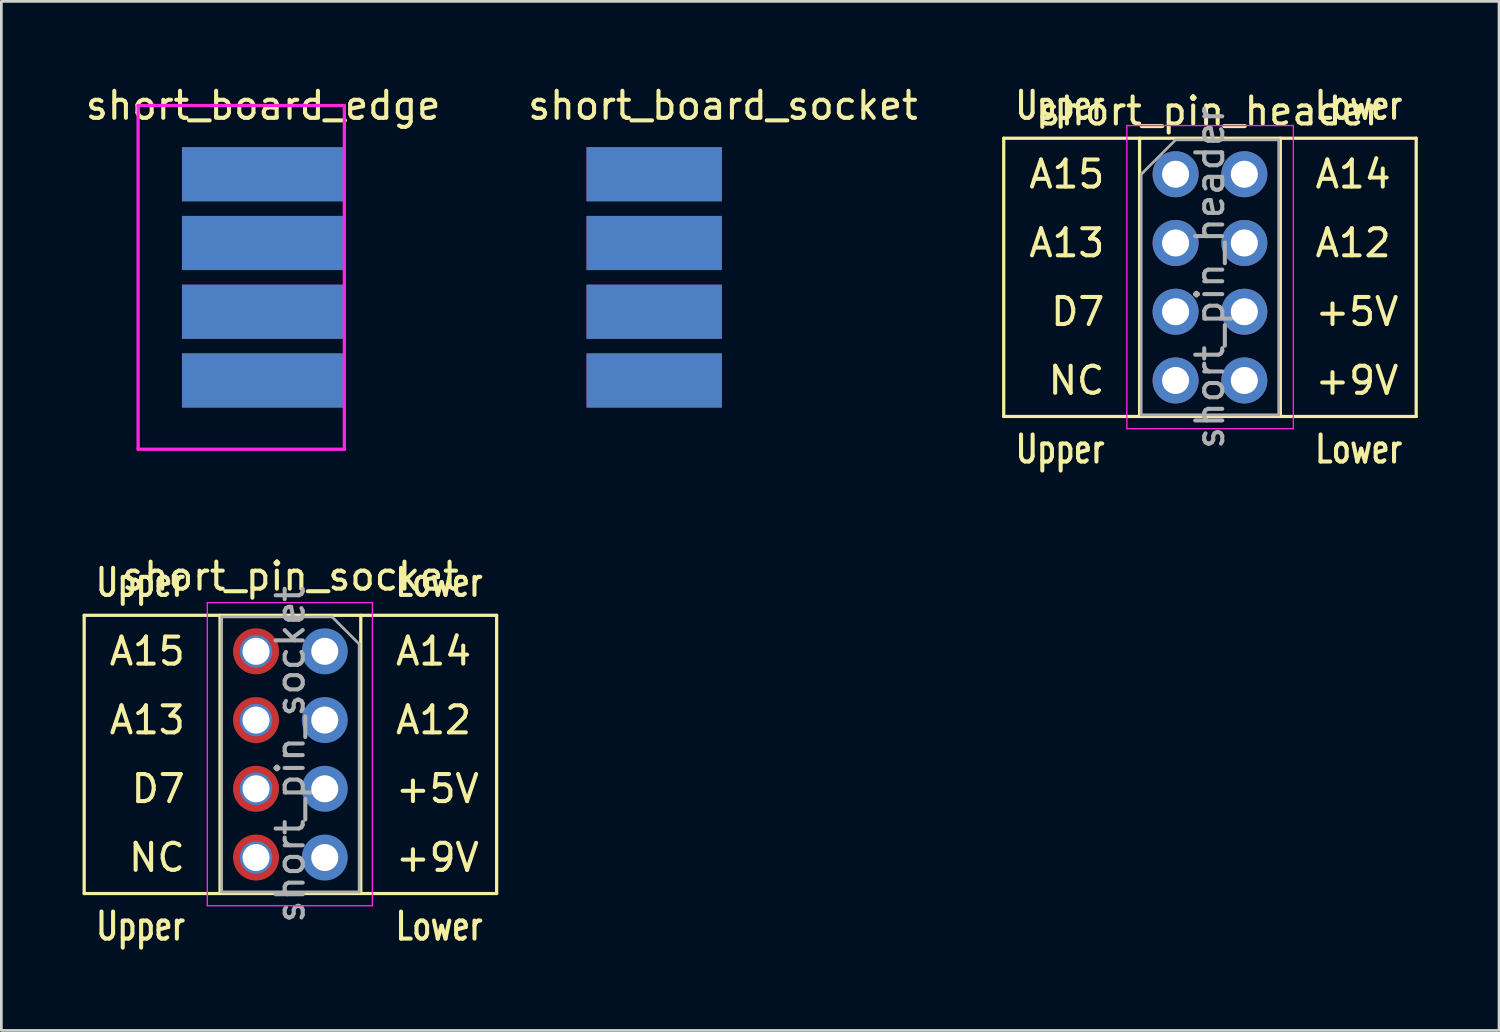
<source format=kicad_pcb>
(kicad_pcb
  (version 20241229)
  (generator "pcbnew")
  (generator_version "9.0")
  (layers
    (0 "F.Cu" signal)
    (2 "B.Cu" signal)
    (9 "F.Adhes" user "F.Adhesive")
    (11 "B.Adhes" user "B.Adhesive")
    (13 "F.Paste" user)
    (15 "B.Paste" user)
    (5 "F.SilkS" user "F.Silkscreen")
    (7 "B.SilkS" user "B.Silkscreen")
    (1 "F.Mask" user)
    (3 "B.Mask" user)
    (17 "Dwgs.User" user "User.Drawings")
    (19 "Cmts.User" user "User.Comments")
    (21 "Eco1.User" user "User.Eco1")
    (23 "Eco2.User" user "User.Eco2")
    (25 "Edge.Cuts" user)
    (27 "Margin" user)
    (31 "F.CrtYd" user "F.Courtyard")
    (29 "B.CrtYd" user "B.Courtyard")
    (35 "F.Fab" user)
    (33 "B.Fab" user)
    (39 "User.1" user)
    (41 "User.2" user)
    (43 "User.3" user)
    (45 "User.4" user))
  (footprint "short_board_socket"
    (layer "F.Cu")
    (at 21.121 3.388)
    (property "Reference" "short_board_socket" (at 2.54 -2.54 0) (layer "F.SilkS") (effects (font (size 1 1) (thickness 0.15))))
    (attr through_hole)
    (pad "a1" connect rect (at 0 0) (size 5 2) (layers "F.Cu" "F.Mask"))
    (pad "a2" connect rect (at 0 2.54) (size 5 2) (layers "F.Cu" "F.Mask"))
    (pad "a3" connect rect (at 0 5.08) (size 5 2) (layers "F.Cu" "F.Mask"))
    (pad "a4" connect rect (at 0 7.62) (size 5 2) (layers "F.Cu" "F.Mask"))
    (pad "b1" connect rect (at 0 0) (size 5 2) (layers "B.Cu" "B.Mask"))
    (pad "b2" connect rect (at 0 2.54) (size 5 2) (layers "B.Cu" "B.Mask"))
    (pad "b3" connect rect (at 0 5.08) (size 5 2) (layers "B.Cu" "B.Mask"))
    (pad "b4" connect rect (at 0 7.62) (size 5 2) (layers "B.Cu" "B.Mask")))
  (footprint "short_pin_socket"
    (layer "F.Cu")
    (at 6.41 21.015)
    (property "Reference" "short_pin_socket" (at 1.27 -2.77 0) (layer "F.SilkS") (effects (font (size 1 1) (thickness 0.15))))
    (attr through_hole)
    (fp_line (start -6.35 -1.33) (end -6.35 8.95) (stroke (width 0.12) (type solid)) (layer "F.SilkS"))
    (fp_line (start -6.35 8.95) (end 8.89 8.95) (stroke (width 0.12) (type solid)) (layer "F.SilkS"))
    (fp_line (start -1.33 -1.33) (end -1.33 8.95) (stroke (width 0.12) (type solid)) (layer "F.SilkS"))
    (fp_line (start 3.87 -1.33) (end 3.87 8.95) (stroke (width 0.12) (type solid)) (layer "F.SilkS"))
    (fp_line (start 8.89 -1.33) (end -6.35 -1.33) (stroke (width 0.12) (type solid)) (layer "F.SilkS"))
    (fp_line (start 8.89 -1.33) (end 8.89 8.95) (stroke (width 0.12) (type solid)) (layer "F.SilkS"))
    (fp_line (start -1.8 -1.8) (end 4.3 -1.8) (stroke (width 0.05) (type solid)) (layer "F.CrtYd"))
    (fp_line (start -1.8 9.4) (end -1.8 -1.8) (stroke (width 0.05) (type solid)) (layer "F.CrtYd"))
    (fp_line (start 4.3 9.4) (end -1.8 9.4) (stroke (width 0.05) (type solid)) (layer "F.CrtYd"))
    (fp_line (start 4.3 9.4) (end 4.3 -1.8) (stroke (width 0.05) (type solid)) (layer "F.CrtYd"))
    (fp_line (start -1.27 -1.27) (end 2.81 -1.27) (stroke (width 0.1) (type solid)) (layer "F.Fab"))
    (fp_line (start -1.27 8.89) (end -1.27 -1.27) (stroke (width 0.1) (type solid)) (layer "F.Fab"))
    (fp_line (start 2.81 -1.27) (end 3.81 -0.27) (stroke (width 0.1) (type solid)) (layer "F.Fab"))
    (fp_line (start 3.81 -0.27) (end 3.81 8.89) (stroke (width 0.1) (type solid)) (layer "F.Fab"))
    (fp_line (start 3.81 8.89) (end -1.27 8.89) (stroke (width 0.1) (type solid)) (layer "F.Fab"))
    (fp_text user "Lower" (at 5.08 -2.54 0) (layer "F.SilkS") (effects (font (size 1 0.75) (thickness 0.15)) (justify left)))
    (fp_text user "+5V" (at 5.08 5.08 0) (layer "F.SilkS") (effects (font (size 1 1) (thickness 0.15)) (justify left)))
    (fp_text user "+9V" (at 5.08 7.62 0) (layer "F.SilkS") (effects (font (size 1 1) (thickness 0.15)) (justify left)))
    (fp_text user "A12" (at 5.08 2.54 0) (layer "F.SilkS") (effects (font (size 1 1) (thickness 0.15)) (justify left)))
    (fp_text user "NC" (at -2.54 7.62 0) (layer "F.SilkS") (effects (font (size 1 1) (thickness 0.15)) (justify right)))
    (fp_text user "A13" (at -2.54 2.54 0) (layer "F.SilkS") (effects (font (size 1 1) (thickness 0.15)) (justify right)))
    (fp_text user "D7" (at -2.54 5.08 0) (layer "F.SilkS") (effects (font (size 1 1) (thickness 0.15)) (justify right)))
    (fp_text user "Upper" (at -2.54 10.16 0) (layer "F.SilkS") (effects (font (size 1 0.75) (thickness 0.15)) (justify right)))
    (fp_text user "A14" (at 5.08 0 0) (layer "F.SilkS") (effects (font (size 1 1) (thickness 0.15)) (justify left)))
    (fp_text user "A15" (at -2.54 0 0) (layer "F.SilkS") (effects (font (size 1 1) (thickness 0.15)) (justify right)))
    (fp_text user "Upper" (at -2.54 -2.54 0) (layer "F.SilkS") (effects (font (size 1 0.75) (thickness 0.15)) (justify right)))
    (fp_text user "Lower" (at 5.08 10.16 0) (layer "F.SilkS") (effects (font (size 1 0.75) (thickness 0.15)) (justify left)))
    (fp_text user "${REFERENCE}" (at 1.27 3.81 90) (layer "F.Fab") (effects (font (size 1 1) (thickness 0.15))))
    (pad "a1" thru_hole oval (at 0 0) (size 1.2 1.2) (drill 1) (layers "*.Cu" "*.Mask"))
    (pad "a1" smd oval (at 0 0) (size 1.7 1.7) (layers "F.Cu" "F.Mask"))
    (pad "a2" thru_hole oval (at 0 2.54) (size 1.2 1.2) (drill 1) (layers "*.Cu" "*.Mask"))
    (pad "a2" smd oval (at 0 2.54) (size 1.7 1.7) (layers "F.Cu" "F.Mask"))
    (pad "a3" thru_hole oval (at 0 5.08) (size 1.2 1.2) (drill 1) (layers "*.Cu" "*.Mask"))
    (pad "a3" smd oval (at 0 5.08) (size 1.7 1.7) (layers "F.Cu" "F.Mask"))
    (pad "a4" thru_hole oval (at 0 7.62) (size 1.2 1.2) (drill 1) (layers "*.Cu" "*.Mask"))
    (pad "a4" smd oval (at 0 7.62) (size 1.7 1.7) (layers "F.Cu" "F.Mask"))
    (pad "b1" thru_hole oval (at 2.54 0 90) (size 1.2 1.2) (drill 1) (layers "*.Cu" "*.Mask"))
    (pad "b1" smd oval (at 2.54 0 90) (size 1.7 1.7) (layers "B.Cu" "B.Mask"))
    (pad "b2" thru_hole oval (at 2.54 2.54) (size 1.2 1.2) (drill 1) (layers "*.Cu" "*.Mask"))
    (pad "b2" smd oval (at 2.54 2.54) (size 1.7 1.7) (layers "B.Cu" "B.Mask"))
    (pad "b3" thru_hole oval (at 2.54 5.08) (size 1.2 1.2) (drill 1) (layers "*.Cu" "*.Mask"))
    (pad "b3" smd oval (at 2.54 5.08) (size 1.7 1.7) (layers "B.Cu" "B.Mask"))
    (pad "b4" thru_hole oval (at 2.54 7.62) (size 1.2 1.2) (drill 1) (layers "*.Cu" "*.Mask"))
    (pad "b4" smd oval (at 2.54 7.62) (size 1.7 1.7) (layers "B.Cu" "B.Mask")))
  (footprint "short_pin_header"
    (layer "F.Cu")
    (at 40.386 3.388)
    (property "Reference" "short_pin_header" (at 1.27 -2.33 0) (layer "F.SilkS") (effects (font (size 1 1) (thickness 0.15))))
    (attr through_hole)
    (fp_line (start -6.35 -1.33) (end -6.35 8.95) (stroke (width 0.12) (type solid)) (layer "F.SilkS"))
    (fp_line (start -6.35 8.95) (end 8.89 8.95) (stroke (width 0.12) (type solid)) (layer "F.SilkS"))
    (fp_line (start -1.33 -1.33) (end -1.33 8.95) (stroke (width 0.12) (type solid)) (layer "F.SilkS"))
    (fp_line (start 3.87 -1.33) (end 3.87 8.95) (stroke (width 0.12) (type solid)) (layer "F.SilkS"))
    (fp_line (start 8.89 -1.33) (end -6.35 -1.33) (stroke (width 0.12) (type solid)) (layer "F.SilkS"))
    (fp_line (start 8.89 -1.33) (end 8.89 8.95) (stroke (width 0.12) (type solid)) (layer "F.SilkS"))
    (fp_line (start -1.8 -1.8) (end -1.8 9.4) (stroke (width 0.05) (type solid)) (layer "F.CrtYd"))
    (fp_line (start -1.8 9.4) (end 4.35 9.4) (stroke (width 0.05) (type solid)) (layer "F.CrtYd"))
    (fp_line (start 4.35 -1.8) (end -1.8 -1.8) (stroke (width 0.05) (type solid)) (layer "F.CrtYd"))
    (fp_line (start 4.35 9.4) (end 4.35 -1.8) (stroke (width 0.05) (type solid)) (layer "F.CrtYd"))
    (fp_line (start -1.27 0) (end 0 -1.27) (stroke (width 0.1) (type solid)) (layer "F.Fab"))
    (fp_line (start -1.27 8.89) (end -1.27 0) (stroke (width 0.1) (type solid)) (layer "F.Fab"))
    (fp_line (start 0 -1.27) (end 3.81 -1.27) (stroke (width 0.1) (type solid)) (layer "F.Fab"))
    (fp_line (start 3.81 -1.27) (end 3.81 8.89) (stroke (width 0.1) (type solid)) (layer "F.Fab"))
    (fp_line (start 3.81 8.89) (end -1.27 8.89) (stroke (width 0.1) (type solid)) (layer "F.Fab"))
    (fp_text user "+5V" (at 5.08 5.08 0) (layer "F.SilkS") (effects (font (size 1 1) (thickness 0.15)) (justify left)))
    (fp_text user "A13" (at -2.54 2.54 0) (layer "F.SilkS") (effects (font (size 1 1) (thickness 0.15)) (justify right)))
    (fp_text user "+9V" (at 5.08 7.62 0) (layer "F.SilkS") (effects (font (size 1 1) (thickness 0.15)) (justify left)))
    (fp_text user "A12" (at 5.08 2.54 0) (layer "F.SilkS") (effects (font (size 1 1) (thickness 0.15)) (justify left)))
    (fp_text user "D7" (at -2.54 5.08 0) (layer "F.SilkS") (effects (font (size 1 1) (thickness 0.15)) (justify right)))
    (fp_text user "Upper" (at -2.54 10.16 0) (layer "F.SilkS") (effects (font (size 1 0.75) (thickness 0.15)) (justify right)))
    (fp_text user "Lower" (at 5.08 -2.54 0) (layer "F.SilkS") (effects (font (size 1 0.75) (thickness 0.15)) (justify left)))
    (fp_text user "A14" (at 5.08 0 0) (layer "F.SilkS") (effects (font (size 1 1) (thickness 0.15)) (justify left)))
    (fp_text user "A15" (at -2.54 0 0) (layer "F.SilkS") (effects (font (size 1 1) (thickness 0.15)) (justify right)))
    (fp_text user "Upper" (at -2.54 -2.54 0) (layer "F.SilkS") (effects (font (size 1 0.75) (thickness 0.15)) (justify right)))
    (fp_text user "Lower" (at 5.08 10.16 0) (layer "F.SilkS") (effects (font (size 1 0.75) (thickness 0.15)) (justify left)))
    (fp_text user "NC" (at -2.54 7.62 0) (layer "F.SilkS") (effects (font (size 1 1) (thickness 0.15)) (justify right)))
    (fp_text user "${REFERENCE}" (at 1.27 3.81 90) (layer "F.Fab") (effects (font (size 1 1) (thickness 0.15))))
    (pad "a1" thru_hole oval (at 0 0) (size 1.2 1.2) (drill 1) (layers "*.Cu" "*.Mask"))
    (pad "a1" smd oval (at 0 0) (size 1.7 1.7) (layers "*.Cu" "*.Mask"))
    (pad "a2" thru_hole oval (at 0 2.54) (size 1.2 1.2) (drill 1) (layers "*.Cu" "*.Mask"))
    (pad "a2" smd oval (at 0 2.54) (size 1.7 1.7) (layers "*.Cu" "*.Mask"))
    (pad "a3" thru_hole oval (at 0 5.08) (size 1.2 1.2) (drill 1) (layers "*.Cu" "*.Mask"))
    (pad "a3" smd oval (at 0 5.08) (size 1.7 1.7) (layers "*.Cu" "*.Mask"))
    (pad "a4" thru_hole oval (at 0 7.62) (size 1.2 1.2) (drill 1) (layers "*.Cu" "*.Mask"))
    (pad "a4" smd oval (at 0 7.62) (size 1.7 1.7) (layers "*.Cu" "*.Mask"))
    (pad "b1" thru_hole oval (at 2.54 0 90) (size 1.2 1.2) (drill 1) (layers "*.Cu" "*.Mask"))
    (pad "b1" smd oval (at 2.54 0 90) (size 1.7 1.7) (layers "*.Cu" "*.Mask"))
    (pad "b2" thru_hole oval (at 2.54 2.54) (size 1.2 1.2) (drill 1) (layers "*.Cu" "*.Mask"))
    (pad "b2" smd oval (at 2.54 2.54) (size 1.7 1.7) (layers "*.Cu" "*.Mask"))
    (pad "b3" thru_hole oval (at 2.54 5.08) (size 1.2 1.2) (drill 1) (layers "*.Cu" "*.Mask"))
    (pad "b3" smd oval (at 2.54 5.08) (size 1.7 1.7) (layers "*.Cu" "*.Mask"))
    (pad "b4" thru_hole oval (at 2.54 7.62) (size 1.2 1.2) (drill 1) (layers "*.Cu" "*.Mask"))
    (pad "b4" smd oval (at 2.54 7.62) (size 1.7 1.7) (layers "*.Cu" "*.Mask")))
  (footprint "short_board_edge"
    (layer "F.Cu")
    (at 6.673 3.388)
    (property "Reference" "short_board_edge" (at 0 -2.54 0) (layer "F.SilkS") (effects (font (size 1 1) (thickness 0.15))))
    (attr through_hole)
    (fp_line (start -4.62 -2.54) (end -4.62 10.16) (stroke (width 0.12) (type solid)) (layer "F.CrtYd"))
    (fp_line (start -4.62 10.16) (end 3 10.16) (stroke (width 0.12) (type solid)) (layer "F.CrtYd"))
    (fp_line (start 3 -2.54) (end -4.62 -2.54) (stroke (width 0.12) (type solid)) (layer "F.CrtYd"))
    (fp_line (start 3 10.16) (end 3 -2.54) (stroke (width 0.12) (type solid)) (layer "F.CrtYd"))
    (pad "a1" connect rect (at 0 0) (size 6 2) (layers "F.Cu" "F.Mask"))
    (pad "a2" connect rect (at 0 2.54) (size 6 2) (layers "F.Cu" "F.Mask"))
    (pad "a3" connect rect (at 0 5.08) (size 6 2) (layers "F.Cu" "F.Mask"))
    (pad "a4" connect rect (at 0 7.62) (size 6 2) (layers "F.Cu" "F.Mask"))
    (pad "b1" connect rect (at 0 0) (size 6 2) (layers "B.Cu" "B.Mask"))
    (pad "b2" connect rect (at 0 2.54) (size 6 2) (layers "B.Cu" "B.Mask"))
    (pad "b3" connect rect (at 0 5.08) (size 6 2) (layers "B.Cu" "B.Mask"))
    (pad "b4" connect rect (at 0 7.62) (size 6 2) (layers "B.Cu" "B.Mask")))
  (gr_rect
    (start -3 -3)
    (end 52.336 35.023)
    (stroke (width 0.1) (type default))
    (fill no)
    (layer "Edge.Cuts")))
</source>
